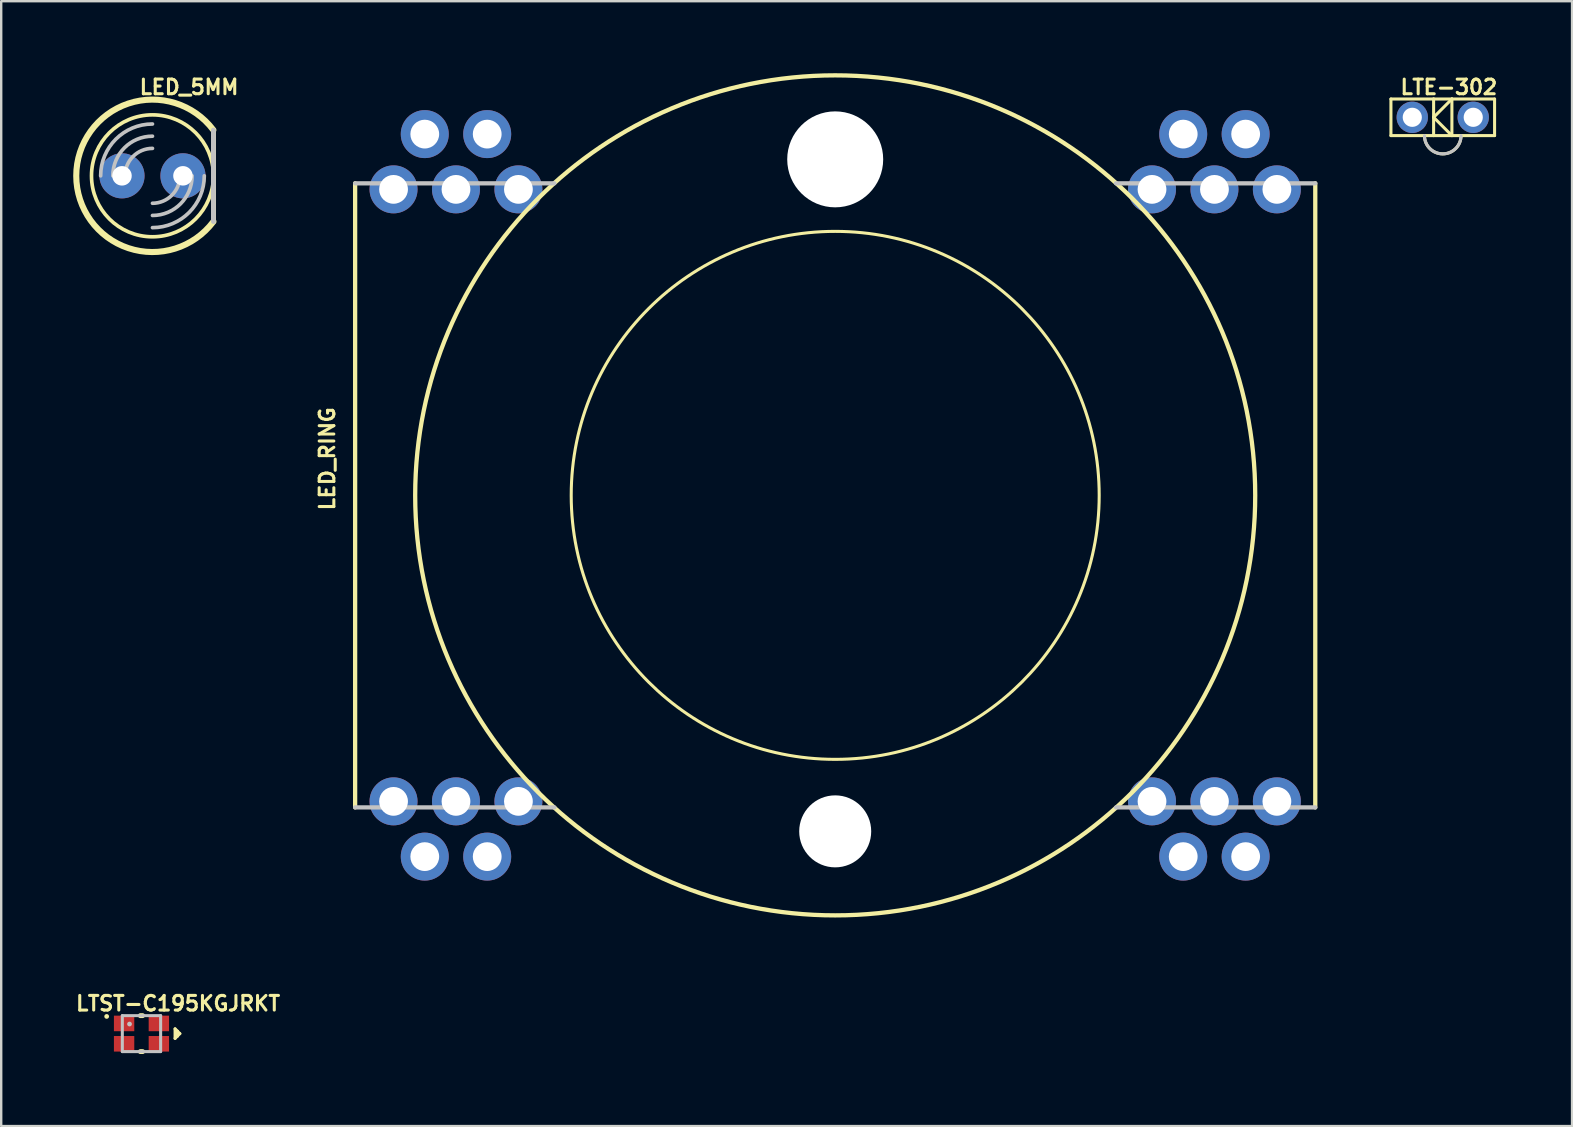
<source format=kicad_pcb>
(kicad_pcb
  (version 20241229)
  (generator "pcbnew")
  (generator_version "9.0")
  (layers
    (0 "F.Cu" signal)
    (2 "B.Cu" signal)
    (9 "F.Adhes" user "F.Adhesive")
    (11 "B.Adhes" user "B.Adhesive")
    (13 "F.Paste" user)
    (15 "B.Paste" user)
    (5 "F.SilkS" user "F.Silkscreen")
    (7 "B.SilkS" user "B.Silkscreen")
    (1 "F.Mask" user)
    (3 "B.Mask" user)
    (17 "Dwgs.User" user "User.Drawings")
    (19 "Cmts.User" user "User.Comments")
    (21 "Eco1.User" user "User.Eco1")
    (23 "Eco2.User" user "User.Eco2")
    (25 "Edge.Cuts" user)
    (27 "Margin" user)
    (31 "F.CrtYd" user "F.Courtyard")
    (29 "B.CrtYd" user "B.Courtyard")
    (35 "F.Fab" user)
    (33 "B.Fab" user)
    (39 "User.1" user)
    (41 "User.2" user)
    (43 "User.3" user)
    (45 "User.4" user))
  (footprint "LED_5MM"
    (layer "F.Cu")
    (at 3.302 4.275)
    (property "Reference" "LED_5MM" (at 1.524 -3.696 0) (layer "F.SilkS") (effects (font (size 0.61 0.61) (thickness 0.127))))
    (attr exclude_from_pos_files exclude_from_bom)
    (fp_line (start 2.54 1.905) (end 2.54 -1.905) (stroke (width 0.203) (type solid)) (layer "F.SilkS"))
    (fp_line (start 2.54 1.905) (end 2.54 -1.905) (stroke (width 0.203) (type solid)) (layer "F.SilkS"))
    (fp_arc (start 2.54 1.905) (mid -3.175 0.001668) (end 2.537997 -1.907668) (stroke (width 0.254) (type solid)) (layer "F.SilkS"))
    (fp_circle (center 0 0) (end 0 -2.54) (stroke (width 0.152) (type solid)) (fill no) (layer "F.SilkS"))
    (fp_line (start 2.54 1.905) (end 2.54 -1.905) (stroke (width 0.203) (type solid)) (layer "Dwgs.User"))
    (fp_arc (start -2.159 0) (mid -1.526644 -1.526644) (end 0 -2.159) (stroke (width 0.1524) (type solid)) (layer "Dwgs.User"))
    (fp_arc (start -1.651 0) (mid -1.167433 -1.167433) (end 0 -1.651) (stroke (width 0.1524) (type solid)) (layer "Dwgs.User"))
    (fp_arc (start -1.143 0) (mid -0.808223 -0.808223) (end 0 -1.143) (stroke (width 0.1524) (type solid)) (layer "Dwgs.User"))
    (fp_arc (start 1.143 0) (mid 0.808223 0.808223) (end 0 1.143) (stroke (width 0.1524) (type solid)) (layer "Dwgs.User"))
    (fp_arc (start 1.651 0) (mid 1.167433 1.167433) (end 0 1.651) (stroke (width 0.1524) (type solid)) (layer "Dwgs.User"))
    (fp_arc (start 2.159 0) (mid 1.526644 1.526644) (end 0 2.159) (stroke (width 0.1524) (type solid)) (layer "Dwgs.User"))
    (pad "A" thru_hole circle (at -1.27 0) (size 1.88 1.88) (drill 0.813) (layers "*.Cu" "*.Paste" "*.Mask"))
    (pad "K" thru_hole circle (at 1.27 0) (size 1.88 1.88) (drill 0.813) (layers "*.Cu" "*.Paste" "*.Mask")))
  (footprint "LED_RING"
    (layer "F.Cu")
    (at 31.745 17.587)
    (property "Reference" "LED_RING" (at -21.163 -1.524 90) (layer "F.SilkS") (effects (font (size 0.61 0.61) (thickness 0.127))))
    (attr exclude_from_pos_files exclude_from_bom)
    (fp_line (start -20 13) (end -20 -13) (stroke (width 0.178) (type solid)) (layer "F.SilkS"))
    (fp_line (start 20 13) (end 20 -13) (stroke (width 0.178) (type solid)) (layer "F.SilkS"))
    (fp_circle (center 0 0) (end 0 -17.498) (stroke (width 0.178) (type solid)) (fill no) (layer "F.SilkS"))
    (fp_circle (center 0 0) (end 0 -10.998) (stroke (width 0.127) (type solid)) (fill no) (layer "F.SilkS"))
    (fp_line (start -20 -13) (end -11.699 -13) (stroke (width 0.178) (type solid)) (layer "Dwgs.User"))
    (fp_line (start -20 13) (end -11.699 13) (stroke (width 0.178) (type solid)) (layer "Dwgs.User"))
    (fp_line (start 20 -13) (end 11.699 -13) (stroke (width 0.178) (type solid)) (layer "Dwgs.User"))
    (fp_line (start 20 13) (end 11.699 13) (stroke (width 0.178) (type solid)) (layer "Dwgs.User"))
    (pad "" np_thru_hole circle (at 0 -13.998) (size 3.998 3.998) (drill 3.998) (layers "*.Cu" "*.Mask"))
    (pad "" np_thru_hole circle (at 0 13.998) (size 3 3) (drill 3) (layers "*.Cu" "*.Mask"))
    (pad "1" thru_hole circle (at 13.198 -12.748) (size 1.999 1.999) (drill 1.199) (layers "*.Cu" "*.Paste" "*.Mask"))
    (pad "2" thru_hole circle (at 14.498 -15.05) (size 1.999 1.999) (drill 1.199) (layers "*.Cu" "*.Paste" "*.Mask"))
    (pad "3" thru_hole circle (at 15.799 -12.748) (size 1.999 1.999) (drill 1.199) (layers "*.Cu" "*.Paste" "*.Mask"))
    (pad "4" thru_hole circle (at 17.099 -15.05) (size 1.999 1.999) (drill 1.199) (layers "*.Cu" "*.Paste" "*.Mask"))
    (pad "5" thru_hole circle (at 17.099 15.05) (size 1.999 1.999) (drill 1.199) (layers "*.Cu" "*.Paste" "*.Mask"))
    (pad "6" thru_hole circle (at 15.799 12.748) (size 1.999 1.999) (drill 1.199) (layers "*.Cu" "*.Paste" "*.Mask"))
    (pad "7" thru_hole circle (at 14.498 15.05) (size 1.999 1.999) (drill 1.199) (layers "*.Cu" "*.Paste" "*.Mask"))
    (pad "8" thru_hole circle (at 13.198 12.748) (size 1.999 1.999) (drill 1.199) (layers "*.Cu" "*.Paste" "*.Mask"))
    (pad "9" thru_hole circle (at -13.198 12.748) (size 1.999 1.999) (drill 1.199) (layers "*.Cu" "*.Paste" "*.Mask"))
    (pad "10" thru_hole circle (at -14.498 15.05) (size 1.999 1.999) (drill 1.199) (layers "*.Cu" "*.Paste" "*.Mask"))
    (pad "11" thru_hole circle (at -15.799 12.748) (size 1.999 1.999) (drill 1.199) (layers "*.Cu" "*.Paste" "*.Mask"))
    (pad "12" thru_hole circle (at -17.099 15.05) (size 1.999 1.999) (drill 1.199) (layers "*.Cu" "*.Paste" "*.Mask"))
    (pad "13" thru_hole circle (at -17.099 -15.05) (size 1.999 1.999) (drill 1.199) (layers "*.Cu" "*.Paste" "*.Mask"))
    (pad "14" thru_hole circle (at -15.799 -12.748) (size 1.999 1.999) (drill 1.199) (layers "*.Cu" "*.Paste" "*.Mask"))
    (pad "15" thru_hole circle (at -14.498 -15.05) (size 1.999 1.999) (drill 1.199) (layers "*.Cu" "*.Paste" "*.Mask"))
    (pad "16" thru_hole circle (at -13.198 -12.748) (size 1.999 1.999) (drill 1.199) (layers "*.Cu" "*.Paste" "*.Mask"))
    (pad "COM0" thru_hole circle (at 18.4 -12.748) (size 1.999 1.999) (drill 1.199) (layers "*.Cu" "*.Paste" "*.Mask"))
    (pad "COM1" thru_hole circle (at 18.4 12.748) (size 1.999 1.999) (drill 1.199) (layers "*.Cu" "*.Paste" "*.Mask"))
    (pad "COM2" thru_hole circle (at -18.4 12.748) (size 1.999 1.999) (drill 1.199) (layers "*.Cu" "*.Paste" "*.Mask"))
    (pad "COM3" thru_hole circle (at -18.4 -12.748) (size 1.999 1.999) (drill 1.199) (layers "*.Cu" "*.Paste" "*.Mask")))
  (footprint "LTST-C195KGJRKT"
    (layer "F.Cu")
    (at 2.844 40.011)
    (property "Reference" "LTST-C195KGJRKT" (at 1.524 -1.257 0) (layer "F.SilkS") (effects (font (size 0.61 0.61) (thickness 0.127))))
    (attr smd)
    (fp_line (start -0.048 -0.749) (end 0.048 -0.749) (stroke (width 0.203) (type solid)) (layer "F.SilkS"))
    (fp_line (start -0.048 0.749) (end 0.048 0.749) (stroke (width 0.203) (type solid)) (layer "F.SilkS"))
    (fp_line (start 1.4 0.198) (end 1.4 -0.198) (stroke (width 0.127) (type solid)) (layer "F.SilkS"))
    (fp_line (start 1.4 0.198) (end 1.499 0.099) (stroke (width 0.127) (type solid)) (layer "F.SilkS"))
    (fp_line (start 1.499 -0.099) (end 1.4 -0.198) (stroke (width 0.127) (type solid)) (layer "F.SilkS"))
    (fp_line (start 1.499 0.099) (end 1.499 -0.099) (stroke (width 0.127) (type solid)) (layer "F.SilkS"))
    (fp_line (start 1.499 0.099) (end 1.598 0) (stroke (width 0.127) (type solid)) (layer "F.SilkS"))
    (fp_line (start 1.598 0) (end 1.499 -0.099) (stroke (width 0.127) (type solid)) (layer "F.SilkS"))
    (fp_circle (center -1.45 -0.716) (end -1.45 -0.815) (stroke (width 0) (type solid)) (fill yes) (layer "F.SilkS"))
    (fp_line (start -0.798 -0.749) (end 0.798 -0.749) (stroke (width 0.127) (type solid)) (layer "Dwgs.User"))
    (fp_line (start -0.798 0.749) (end -0.798 -0.749) (stroke (width 0.127) (type solid)) (layer "Dwgs.User"))
    (fp_line (start 0.798 -0.749) (end 0.798 0.749) (stroke (width 0.127) (type solid)) (layer "Dwgs.User"))
    (fp_line (start 0.798 0.749) (end -0.798 0.749) (stroke (width 0.127) (type solid)) (layer "Dwgs.User"))
    (fp_circle (center -0.498 -0.399) (end -0.498 -0.498) (stroke (width 0) (type solid)) (fill yes) (layer "Dwgs.User"))
    (pad "P$1" smd rect (at -0.724 -0.424 90) (size 0.648 0.848) (layers "F.Cu" "F.Mask" "F.Paste"))
    (pad "P$2" smd rect (at -0.724 0.424 90) (size 0.648 0.848) (layers "F.Cu" "F.Mask" "F.Paste"))
    (pad "P$3" smd rect (at 0.724 -0.424 90) (size 0.648 0.848) (layers "F.Cu" "F.Mask" "F.Paste"))
    (pad "P$4" smd rect (at 0.724 0.424 90) (size 0.648 0.848) (layers "F.Cu" "F.Mask" "F.Paste")))
  (footprint "LTE-302"
    (layer "F.Cu")
    (at 57.056 1.837)
    (property "Reference" "LTE-302" (at 0.254 -1.257 0) (layer "F.SilkS") (effects (font (size 0.61 0.61) (thickness 0.127))))
    (attr exclude_from_pos_files exclude_from_bom)
    (fp_line (start -2.159 -0.762) (end -0.381 -0.762) (stroke (width 0.127) (type solid)) (layer "F.SilkS"))
    (fp_line (start -2.159 0.762) (end -2.159 -0.762) (stroke (width 0.127) (type solid)) (layer "F.SilkS"))
    (fp_line (start -0.762 0.762) (end -2.159 0.762) (stroke (width 0.127) (type solid)) (layer "F.SilkS"))
    (fp_line (start -0.381 -0.762) (end 0.381 -0.762) (stroke (width 0.127) (type solid)) (layer "F.SilkS"))
    (fp_line (start -0.381 0) (end -0.381 -0.762) (stroke (width 0.127) (type solid)) (layer "F.SilkS"))
    (fp_line (start -0.381 0) (end -0.381 0.762) (stroke (width 0.127) (type solid)) (layer "F.SilkS"))
    (fp_line (start -0.381 0) (end 0.381 -0.762) (stroke (width 0.127) (type solid)) (layer "F.SilkS"))
    (fp_line (start -0.381 0.762) (end -0.762 0.762) (stroke (width 0.127) (type solid)) (layer "F.SilkS"))
    (fp_line (start 0.381 -0.762) (end 0.381 0.762) (stroke (width 0.127) (type solid)) (layer "F.SilkS"))
    (fp_line (start 0.381 -0.762) (end 2.159 -0.762) (stroke (width 0.127) (type solid)) (layer "F.SilkS"))
    (fp_line (start 0.381 0.762) (end -0.381 0) (stroke (width 0.127) (type solid)) (layer "F.SilkS"))
    (fp_line (start 0.381 0.762) (end -0.381 0.762) (stroke (width 0.127) (type solid)) (layer "F.SilkS"))
    (fp_line (start 0.762 0.762) (end 0.381 0.762) (stroke (width 0.127) (type solid)) (layer "F.SilkS"))
    (fp_line (start 2.159 -0.762) (end 2.159 0.762) (stroke (width 0.127) (type solid)) (layer "F.SilkS"))
    (fp_line (start 2.159 0.762) (end 0.762 0.762) (stroke (width 0.127) (type solid)) (layer "F.SilkS"))
    (fp_arc (start 0.762 0.762) (mid 0 1.524) (end -0.762 0.762) (stroke (width 0.127) (type solid)) (layer "F.SilkS"))
    (fp_arc (start 0.762 0.762) (mid 0 1.524) (end -0.762 0.762) (stroke (width 0.127) (type solid)) (layer "Dwgs.User"))
    (pad "A" thru_hole circle (at 1.27 0) (size 1.306 1.306) (drill 0.798) (layers "*.Cu" "*.Paste" "*.Mask"))
    (pad "C" thru_hole circle (at -1.27 0) (size 1.306 1.306) (drill 0.798) (layers "*.Cu" "*.Paste" "*.Mask")))
  (gr_rect
    (start -3 -3)
    (end 62.443 43.862)
    (stroke (width 0.1) (type default))
    (fill no)
    (layer "Edge.Cuts")))
</source>
